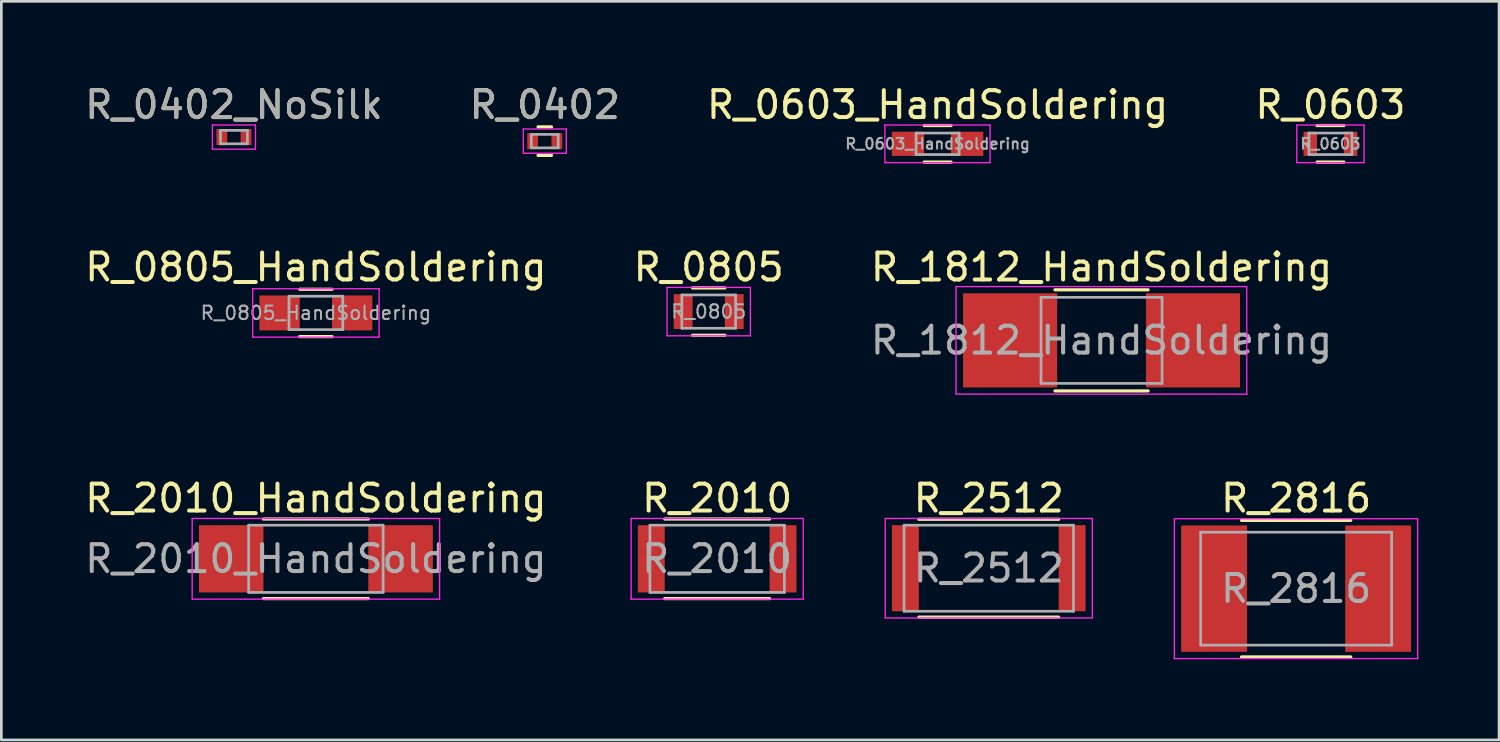
<source format=kicad_pcb>
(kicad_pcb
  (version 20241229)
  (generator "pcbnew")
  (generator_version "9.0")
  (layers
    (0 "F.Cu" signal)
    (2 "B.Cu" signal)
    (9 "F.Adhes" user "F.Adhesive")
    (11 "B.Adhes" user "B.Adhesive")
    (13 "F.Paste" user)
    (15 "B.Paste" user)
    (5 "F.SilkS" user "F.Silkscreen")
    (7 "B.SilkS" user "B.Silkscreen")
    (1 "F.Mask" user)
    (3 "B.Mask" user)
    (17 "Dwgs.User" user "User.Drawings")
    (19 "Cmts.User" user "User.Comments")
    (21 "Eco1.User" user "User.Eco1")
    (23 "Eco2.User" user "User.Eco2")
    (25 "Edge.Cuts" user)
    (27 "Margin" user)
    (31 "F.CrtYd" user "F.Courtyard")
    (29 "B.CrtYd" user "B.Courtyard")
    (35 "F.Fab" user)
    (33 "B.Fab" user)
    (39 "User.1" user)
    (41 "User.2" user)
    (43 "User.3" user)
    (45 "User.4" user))
  (footprint "R_0603"
    (layer "F.Cu")
    (at 46.423 2.298)
    (property "Reference" "R_0603" (at 0 -1.45 0) (layer "F.SilkS") (effects (font (size 1 1) (thickness 0.15))))
    (attr smd)
    (fp_line (start -0.5 -0.68) (end 0.5 -0.68) (stroke (width 0.12) (type solid)) (layer "F.SilkS"))
    (fp_line (start 0.5 0.68) (end -0.5 0.68) (stroke (width 0.12) (type solid)) (layer "F.SilkS"))
    (fp_line (start -1.25 -0.7) (end -1.25 0.7) (stroke (width 0.05) (type solid)) (layer "F.CrtYd"))
    (fp_line (start -1.25 -0.7) (end 1.25 -0.7) (stroke (width 0.05) (type solid)) (layer "F.CrtYd"))
    (fp_line (start 1.25 0.7) (end -1.25 0.7) (stroke (width 0.05) (type solid)) (layer "F.CrtYd"))
    (fp_line (start 1.25 0.7) (end 1.25 -0.7) (stroke (width 0.05) (type solid)) (layer "F.CrtYd"))
    (fp_line (start -0.8 -0.4) (end 0.8 -0.4) (stroke (width 0.1) (type solid)) (layer "F.Fab"))
    (fp_line (start -0.8 0.4) (end -0.8 -0.4) (stroke (width 0.1) (type solid)) (layer "F.Fab"))
    (fp_line (start 0.8 -0.4) (end 0.8 0.4) (stroke (width 0.1) (type solid)) (layer "F.Fab"))
    (fp_line (start 0.8 0.4) (end -0.8 0.4) (stroke (width 0.1) (type solid)) (layer "F.Fab"))
    (fp_text user "${REFERENCE}" (at 0 0 0) (layer "F.Fab") (effects (font (size 0.4 0.4) (thickness 0.075))))
    (pad "1" smd rect (at -0.75 0) (size 0.5 0.9) (layers "F.Cu" "F.Mask" "F.Paste"))
    (pad "2" smd rect (at 0.75 0) (size 0.5 0.9) (layers "F.Cu" "F.Mask" "F.Paste")))
  (footprint "R_2010_HandSoldering"
    (layer "F.Cu")
    (at 8.696 17.73)
    (property "Reference" "R_2010_HandSoldering" (at 0 -2.25 0) (layer "F.SilkS") (effects (font (size 1 1) (thickness 0.15))))
    (attr smd)
    (fp_line (start -1.95 -1.48) (end 1.95 -1.48) (stroke (width 0.12) (type solid)) (layer "F.SilkS"))
    (fp_line (start 1.95 1.48) (end -1.95 1.48) (stroke (width 0.12) (type solid)) (layer "F.SilkS"))
    (fp_line (start -4.6 -1.5) (end -4.6 1.5) (stroke (width 0.05) (type solid)) (layer "F.CrtYd"))
    (fp_line (start -4.6 -1.5) (end 4.6 -1.5) (stroke (width 0.05) (type solid)) (layer "F.CrtYd"))
    (fp_line (start 4.6 1.5) (end -4.6 1.5) (stroke (width 0.05) (type solid)) (layer "F.CrtYd"))
    (fp_line (start 4.6 1.5) (end 4.6 -1.5) (stroke (width 0.05) (type solid)) (layer "F.CrtYd"))
    (fp_line (start -2.5 -1.25) (end 2.5 -1.25) (stroke (width 0.1) (type solid)) (layer "F.Fab"))
    (fp_line (start -2.5 1.25) (end -2.5 -1.25) (stroke (width 0.1) (type solid)) (layer "F.Fab"))
    (fp_line (start 2.5 -1.25) (end 2.5 1.25) (stroke (width 0.1) (type solid)) (layer "F.Fab"))
    (fp_line (start 2.5 1.25) (end -2.5 1.25) (stroke (width 0.1) (type solid)) (layer "F.Fab"))
    (fp_text user "${REFERENCE}" (at 0 0 0) (layer "F.Fab") (effects (font (size 1 1) (thickness 0.15))))
    (pad "1" smd rect (at -3.15 0) (size 2.4 2.5) (layers "F.Cu" "F.Mask" "F.Paste"))
    (pad "2" smd rect (at 3.15 0) (size 2.4 2.5) (layers "F.Cu" "F.Mask" "F.Paste")))
  (footprint "R_2010"
    (layer "F.Cu")
    (at 23.618 17.73)
    (property "Reference" "R_2010" (at 0 -2.25 0) (layer "F.SilkS") (effects (font (size 1 1) (thickness 0.15))))
    (attr smd)
    (fp_line (start -1.95 -1.48) (end 1.95 -1.48) (stroke (width 0.12) (type solid)) (layer "F.SilkS"))
    (fp_line (start 1.95 1.48) (end -1.95 1.48) (stroke (width 0.12) (type solid)) (layer "F.SilkS"))
    (fp_line (start -3.2 -1.5) (end -3.2 1.5) (stroke (width 0.05) (type solid)) (layer "F.CrtYd"))
    (fp_line (start -3.2 -1.5) (end 3.2 -1.5) (stroke (width 0.05) (type solid)) (layer "F.CrtYd"))
    (fp_line (start 3.2 1.5) (end -3.2 1.5) (stroke (width 0.05) (type solid)) (layer "F.CrtYd"))
    (fp_line (start 3.2 1.5) (end 3.2 -1.5) (stroke (width 0.05) (type solid)) (layer "F.CrtYd"))
    (fp_line (start -2.5 -1.25) (end 2.5 -1.25) (stroke (width 0.1) (type solid)) (layer "F.Fab"))
    (fp_line (start -2.5 1.25) (end -2.5 -1.25) (stroke (width 0.1) (type solid)) (layer "F.Fab"))
    (fp_line (start 2.5 -1.25) (end 2.5 1.25) (stroke (width 0.1) (type solid)) (layer "F.Fab"))
    (fp_line (start 2.5 1.25) (end -2.5 1.25) (stroke (width 0.1) (type solid)) (layer "F.Fab"))
    (fp_text user "${REFERENCE}" (at 0 0 0) (layer "F.Fab") (effects (font (size 1 1) (thickness 0.15))))
    (pad "1" smd rect (at -2.45 0) (size 1 2.5) (layers "F.Cu" "F.Mask" "F.Paste"))
    (pad "2" smd rect (at 2.45 0) (size 1 2.5) (layers "F.Cu" "F.Mask" "F.Paste")))
  (footprint "R_0603_HandSoldering"
    (layer "F.Cu")
    (at 31.815 2.298)
    (property "Reference" "R_0603_HandSoldering" (at 0 -1.45 0) (layer "F.SilkS") (effects (font (size 1 1) (thickness 0.15))))
    (attr smd)
    (fp_line (start -0.5 -0.68) (end 0.5 -0.68) (stroke (width 0.12) (type solid)) (layer "F.SilkS"))
    (fp_line (start 0.5 0.68) (end -0.5 0.68) (stroke (width 0.12) (type solid)) (layer "F.SilkS"))
    (fp_line (start -1.96 -0.7) (end -1.96 0.7) (stroke (width 0.05) (type solid)) (layer "F.CrtYd"))
    (fp_line (start -1.96 -0.7) (end 1.95 -0.7) (stroke (width 0.05) (type solid)) (layer "F.CrtYd"))
    (fp_line (start 1.95 0.7) (end -1.96 0.7) (stroke (width 0.05) (type solid)) (layer "F.CrtYd"))
    (fp_line (start 1.95 0.7) (end 1.95 -0.7) (stroke (width 0.05) (type solid)) (layer "F.CrtYd"))
    (fp_line (start -0.8 -0.4) (end 0.8 -0.4) (stroke (width 0.1) (type solid)) (layer "F.Fab"))
    (fp_line (start -0.8 0.4) (end -0.8 -0.4) (stroke (width 0.1) (type solid)) (layer "F.Fab"))
    (fp_line (start 0.8 -0.4) (end 0.8 0.4) (stroke (width 0.1) (type solid)) (layer "F.Fab"))
    (fp_line (start 0.8 0.4) (end -0.8 0.4) (stroke (width 0.1) (type solid)) (layer "F.Fab"))
    (fp_text user "${REFERENCE}" (at 0 0 0) (layer "F.Fab") (effects (font (size 0.4 0.4) (thickness 0.075))))
    (pad "1" smd rect (at -1.1 0) (size 1.2 0.9) (layers "F.Cu" "F.Mask" "F.Paste"))
    (pad "2" smd rect (at 1.1 0) (size 1.2 0.9) (layers "F.Cu" "F.Mask" "F.Paste")))
  (footprint "R_0402_NoSilk"
    (layer "F.Cu")
    (at 5.649 2.048)
    (property "Reference" "R_0402_NoSilk" (at 0 -1.2 0) (layer "F.SilkS") (effects (font (size 1 1) (thickness 0.15))))
    (attr smd)
    (fp_line (start -0.8 -0.45) (end -0.8 0.45) (stroke (width 0.05) (type solid)) (layer "F.CrtYd"))
    (fp_line (start -0.8 -0.45) (end 0.8 -0.45) (stroke (width 0.05) (type solid)) (layer "F.CrtYd"))
    (fp_line (start 0.8 0.45) (end -0.8 0.45) (stroke (width 0.05) (type solid)) (layer "F.CrtYd"))
    (fp_line (start 0.8 0.45) (end 0.8 -0.45) (stroke (width 0.05) (type solid)) (layer "F.CrtYd"))
    (fp_line (start -0.5 -0.25) (end 0.5 -0.25) (stroke (width 0.1) (type solid)) (layer "F.Fab"))
    (fp_line (start -0.5 0.25) (end -0.5 -0.25) (stroke (width 0.1) (type solid)) (layer "F.Fab"))
    (fp_line (start 0.5 -0.25) (end 0.5 0.25) (stroke (width 0.1) (type solid)) (layer "F.Fab"))
    (fp_line (start 0.5 0.25) (end -0.5 0.25) (stroke (width 0.1) (type solid)) (layer "F.Fab"))
    (fp_text user "${REFERENCE}" (at 0 -1.2 0) (layer "F.Fab") (effects (font (size 1 1) (thickness 0.15))))
    (pad "1" smd rect (at -0.45 0) (size 0.4 0.6) (layers "F.Cu" "F.Mask" "F.Paste"))
    (pad "2" smd rect (at 0.45 0) (size 0.4 0.6) (layers "F.Cu" "F.Mask" "F.Paste")))
  (footprint "R_2816"
    (layer "F.Cu")
    (at 45.148 18.84)
    (property "Reference" "R_2816" (at 0 -3.36 0) (layer "F.SilkS") (effects (font (size 1 1) (thickness 0.15))))
    (attr smd)
    (fp_line (start -2.03 -2.54) (end 2.03 -2.54) (stroke (width 0.12) (type solid)) (layer "F.SilkS"))
    (fp_line (start -2.03 2.54) (end 2.03 2.54) (stroke (width 0.12) (type solid)) (layer "F.SilkS"))
    (fp_line (start -4.53 -2.6) (end -4.53 2.6) (stroke (width 0.05) (type solid)) (layer "F.CrtYd"))
    (fp_line (start -4.53 -2.6) (end 4.52 -2.6) (stroke (width 0.05) (type solid)) (layer "F.CrtYd"))
    (fp_line (start 4.52 2.6) (end -4.53 2.6) (stroke (width 0.05) (type solid)) (layer "F.CrtYd"))
    (fp_line (start 4.52 2.6) (end 4.52 -2.6) (stroke (width 0.05) (type solid)) (layer "F.CrtYd"))
    (fp_line (start -3.55 -2.1) (end -3.55 2.1) (stroke (width 0.1) (type solid)) (layer "F.Fab"))
    (fp_line (start -3.55 2.1) (end 3.55 2.1) (stroke (width 0.1) (type solid)) (layer "F.Fab"))
    (fp_line (start 3.55 -2.1) (end -3.55 -2.1) (stroke (width 0.1) (type solid)) (layer "F.Fab"))
    (fp_line (start 3.55 2.1) (end 3.55 -2.1) (stroke (width 0.1) (type solid)) (layer "F.Fab"))
    (fp_text user "${REFERENCE}" (at 0 0 0) (layer "F.Fab") (effects (font (size 1 1) (thickness 0.15))))
    (pad "1" smd rect (at -3.05 0) (size 2.45 4.7) (layers "F.Cu" "F.Mask" "F.Paste"))
    (pad "2" smd rect (at 3.05 0) (size 2.45 4.7) (layers "F.Cu" "F.Mask" "F.Paste")))
  (footprint "R_0805_HandSoldering"
    (layer "F.Cu")
    (at 8.696 8.586)
    (property "Reference" "R_0805_HandSoldering" (at 0 -1.7 0) (layer "F.SilkS") (effects (font (size 1 1) (thickness 0.15))))
    (attr smd)
    (fp_line (start -0.6 -0.88) (end 0.6 -0.88) (stroke (width 0.12) (type solid)) (layer "F.SilkS"))
    (fp_line (start 0.6 0.88) (end -0.6 0.88) (stroke (width 0.12) (type solid)) (layer "F.SilkS"))
    (fp_line (start -2.35 -0.9) (end -2.35 0.9) (stroke (width 0.05) (type solid)) (layer "F.CrtYd"))
    (fp_line (start -2.35 -0.9) (end 2.35 -0.9) (stroke (width 0.05) (type solid)) (layer "F.CrtYd"))
    (fp_line (start 2.35 0.9) (end -2.35 0.9) (stroke (width 0.05) (type solid)) (layer "F.CrtYd"))
    (fp_line (start 2.35 0.9) (end 2.35 -0.9) (stroke (width 0.05) (type solid)) (layer "F.CrtYd"))
    (fp_line (start -1 -0.62) (end 1 -0.62) (stroke (width 0.1) (type solid)) (layer "F.Fab"))
    (fp_line (start -1 0.62) (end -1 -0.62) (stroke (width 0.1) (type solid)) (layer "F.Fab"))
    (fp_line (start 1 -0.62) (end 1 0.62) (stroke (width 0.1) (type solid)) (layer "F.Fab"))
    (fp_line (start 1 0.62) (end -1 0.62) (stroke (width 0.1) (type solid)) (layer "F.Fab"))
    (fp_text user "${REFERENCE}" (at 0 0 0) (layer "F.Fab") (effects (font (size 0.5 0.5) (thickness 0.075))))
    (pad "1" smd rect (at -1.35 0) (size 1.5 1.3) (layers "F.Cu" "F.Mask" "F.Paste"))
    (pad "2" smd rect (at 1.35 0) (size 1.5 1.3) (layers "F.Cu" "F.Mask" "F.Paste")))
  (footprint "R_0402"
    (layer "F.Cu")
    (at 17.208 2.198)
    (property "Reference" "R_0402" (at 0 -1.35 0) (layer "F.SilkS") (effects (font (size 1 1) (thickness 0.15))))
    (attr smd)
    (fp_line (start -0.25 0.53) (end 0.25 0.53) (stroke (width 0.12) (type solid)) (layer "F.SilkS"))
    (fp_line (start 0.25 -0.53) (end -0.25 -0.53) (stroke (width 0.12) (type solid)) (layer "F.SilkS"))
    (fp_line (start -0.8 -0.45) (end -0.8 0.45) (stroke (width 0.05) (type solid)) (layer "F.CrtYd"))
    (fp_line (start -0.8 -0.45) (end 0.8 -0.45) (stroke (width 0.05) (type solid)) (layer "F.CrtYd"))
    (fp_line (start 0.8 0.45) (end -0.8 0.45) (stroke (width 0.05) (type solid)) (layer "F.CrtYd"))
    (fp_line (start 0.8 0.45) (end 0.8 -0.45) (stroke (width 0.05) (type solid)) (layer "F.CrtYd"))
    (fp_line (start -0.5 -0.25) (end 0.5 -0.25) (stroke (width 0.1) (type solid)) (layer "F.Fab"))
    (fp_line (start -0.5 0.25) (end -0.5 -0.25) (stroke (width 0.1) (type solid)) (layer "F.Fab"))
    (fp_line (start 0.5 -0.25) (end 0.5 0.25) (stroke (width 0.1) (type solid)) (layer "F.Fab"))
    (fp_line (start 0.5 0.25) (end -0.5 0.25) (stroke (width 0.1) (type solid)) (layer "F.Fab"))
    (fp_text user "${REFERENCE}" (at 0 -1.35 0) (layer "F.Fab") (effects (font (size 1 1) (thickness 0.15))))
    (pad "1" smd rect (at -0.45 0) (size 0.4 0.6) (layers "F.Cu" "F.Mask" "F.Paste"))
    (pad "2" smd rect (at 0.45 0) (size 0.4 0.6) (layers "F.Cu" "F.Mask" "F.Paste")))
  (footprint "R_0805"
    (layer "F.Cu")
    (at 23.304 8.537)
    (property "Reference" "R_0805" (at 0 -1.65 0) (layer "F.SilkS") (effects (font (size 1 1) (thickness 0.15))))
    (attr smd)
    (fp_line (start -0.6 -0.88) (end 0.6 -0.88) (stroke (width 0.12) (type solid)) (layer "F.SilkS"))
    (fp_line (start 0.6 0.88) (end -0.6 0.88) (stroke (width 0.12) (type solid)) (layer "F.SilkS"))
    (fp_line (start -1.55 -0.9) (end -1.55 0.9) (stroke (width 0.05) (type solid)) (layer "F.CrtYd"))
    (fp_line (start -1.55 -0.9) (end 1.55 -0.9) (stroke (width 0.05) (type solid)) (layer "F.CrtYd"))
    (fp_line (start 1.55 0.9) (end -1.55 0.9) (stroke (width 0.05) (type solid)) (layer "F.CrtYd"))
    (fp_line (start 1.55 0.9) (end 1.55 -0.9) (stroke (width 0.05) (type solid)) (layer "F.CrtYd"))
    (fp_line (start -1 -0.62) (end 1 -0.62) (stroke (width 0.1) (type solid)) (layer "F.Fab"))
    (fp_line (start -1 0.62) (end -1 -0.62) (stroke (width 0.1) (type solid)) (layer "F.Fab"))
    (fp_line (start 1 -0.62) (end 1 0.62) (stroke (width 0.1) (type solid)) (layer "F.Fab"))
    (fp_line (start 1 0.62) (end -1 0.62) (stroke (width 0.1) (type solid)) (layer "F.Fab"))
    (fp_text user "${REFERENCE}" (at 0 0 0) (layer "F.Fab") (effects (font (size 0.5 0.5) (thickness 0.075))))
    (pad "1" smd rect (at -0.95 0) (size 0.7 1.3) (layers "F.Cu" "F.Mask" "F.Paste"))
    (pad "2" smd rect (at 0.95 0) (size 0.7 1.3) (layers "F.Cu" "F.Mask" "F.Paste")))
  (footprint "R_1812_HandSoldering"
    (layer "F.Cu")
    (at 37.911 9.607)
    (property "Reference" "R_1812_HandSoldering" (at 0 -2.72 0) (layer "F.SilkS") (effects (font (size 1 1) (thickness 0.15))))
    (attr smd)
    (fp_line (start -1.73 -1.88) (end 1.73 -1.88) (stroke (width 0.12) (type solid)) (layer "F.SilkS"))
    (fp_line (start -1.73 1.88) (end 1.73 1.88) (stroke (width 0.12) (type solid)) (layer "F.SilkS"))
    (fp_line (start -5.41 -2) (end -5.41 2) (stroke (width 0.05) (type solid)) (layer "F.CrtYd"))
    (fp_line (start -5.41 -2) (end 5.4 -2) (stroke (width 0.05) (type solid)) (layer "F.CrtYd"))
    (fp_line (start 5.4 2) (end -5.41 2) (stroke (width 0.05) (type solid)) (layer "F.CrtYd"))
    (fp_line (start 5.4 2) (end 5.4 -2) (stroke (width 0.05) (type solid)) (layer "F.CrtYd"))
    (fp_line (start -2.25 -1.6) (end 2.25 -1.6) (stroke (width 0.1) (type solid)) (layer "F.Fab"))
    (fp_line (start -2.25 1.6) (end -2.25 -1.6) (stroke (width 0.1) (type solid)) (layer "F.Fab"))
    (fp_line (start 2.25 -1.6) (end 2.25 1.6) (stroke (width 0.1) (type solid)) (layer "F.Fab"))
    (fp_line (start 2.25 1.6) (end -2.25 1.6) (stroke (width 0.1) (type solid)) (layer "F.Fab"))
    (fp_text user "${REFERENCE}" (at 0 0 0) (layer "F.Fab") (effects (font (size 1 1) (thickness 0.15))))
    (pad "1" smd rect (at -3.4 0) (size 3.5 3.5) (layers "F.Cu" "F.Mask" "F.Paste"))
    (pad "2" smd rect (at 3.4 0) (size 3.5 3.5) (layers "F.Cu" "F.Mask" "F.Paste")))
  (footprint "R_2512"
    (layer "F.Cu")
    (at 33.718 18.08)
    (property "Reference" "R_2512" (at 0 -2.6 0) (layer "F.SilkS") (effects (font (size 1 1) (thickness 0.15))))
    (attr smd)
    (fp_line (start -2.6 -1.82) (end 2.6 -1.82) (stroke (width 0.12) (type solid)) (layer "F.SilkS"))
    (fp_line (start 2.6 1.82) (end -2.6 1.82) (stroke (width 0.12) (type solid)) (layer "F.SilkS"))
    (fp_line (start -3.85 -1.85) (end -3.85 1.85) (stroke (width 0.05) (type solid)) (layer "F.CrtYd"))
    (fp_line (start -3.85 -1.85) (end 3.85 -1.85) (stroke (width 0.05) (type solid)) (layer "F.CrtYd"))
    (fp_line (start 3.85 1.85) (end -3.85 1.85) (stroke (width 0.05) (type solid)) (layer "F.CrtYd"))
    (fp_line (start 3.85 1.85) (end 3.85 -1.85) (stroke (width 0.05) (type solid)) (layer "F.CrtYd"))
    (fp_line (start -3.15 -1.6) (end 3.15 -1.6) (stroke (width 0.1) (type solid)) (layer "F.Fab"))
    (fp_line (start -3.15 1.6) (end -3.15 -1.6) (stroke (width 0.1) (type solid)) (layer "F.Fab"))
    (fp_line (start 3.15 -1.6) (end 3.15 1.6) (stroke (width 0.1) (type solid)) (layer "F.Fab"))
    (fp_line (start 3.15 1.6) (end -3.15 1.6) (stroke (width 0.1) (type solid)) (layer "F.Fab"))
    (fp_text user "${REFERENCE}" (at 0 0 0) (layer "F.Fab") (effects (font (size 1 1) (thickness 0.15))))
    (pad "1" smd rect (at -3.1 0) (size 1 3.2) (layers "F.Cu" "F.Mask" "F.Paste"))
    (pad "2" smd rect (at 3.1 0) (size 1 3.2) (layers "F.Cu" "F.Mask" "F.Paste")))
  (gr_rect
    (start -3 -3)
    (end 52.693 24.465)
    (stroke (width 0.1) (type default))
    (fill no)
    (layer "Edge.Cuts")))
</source>
